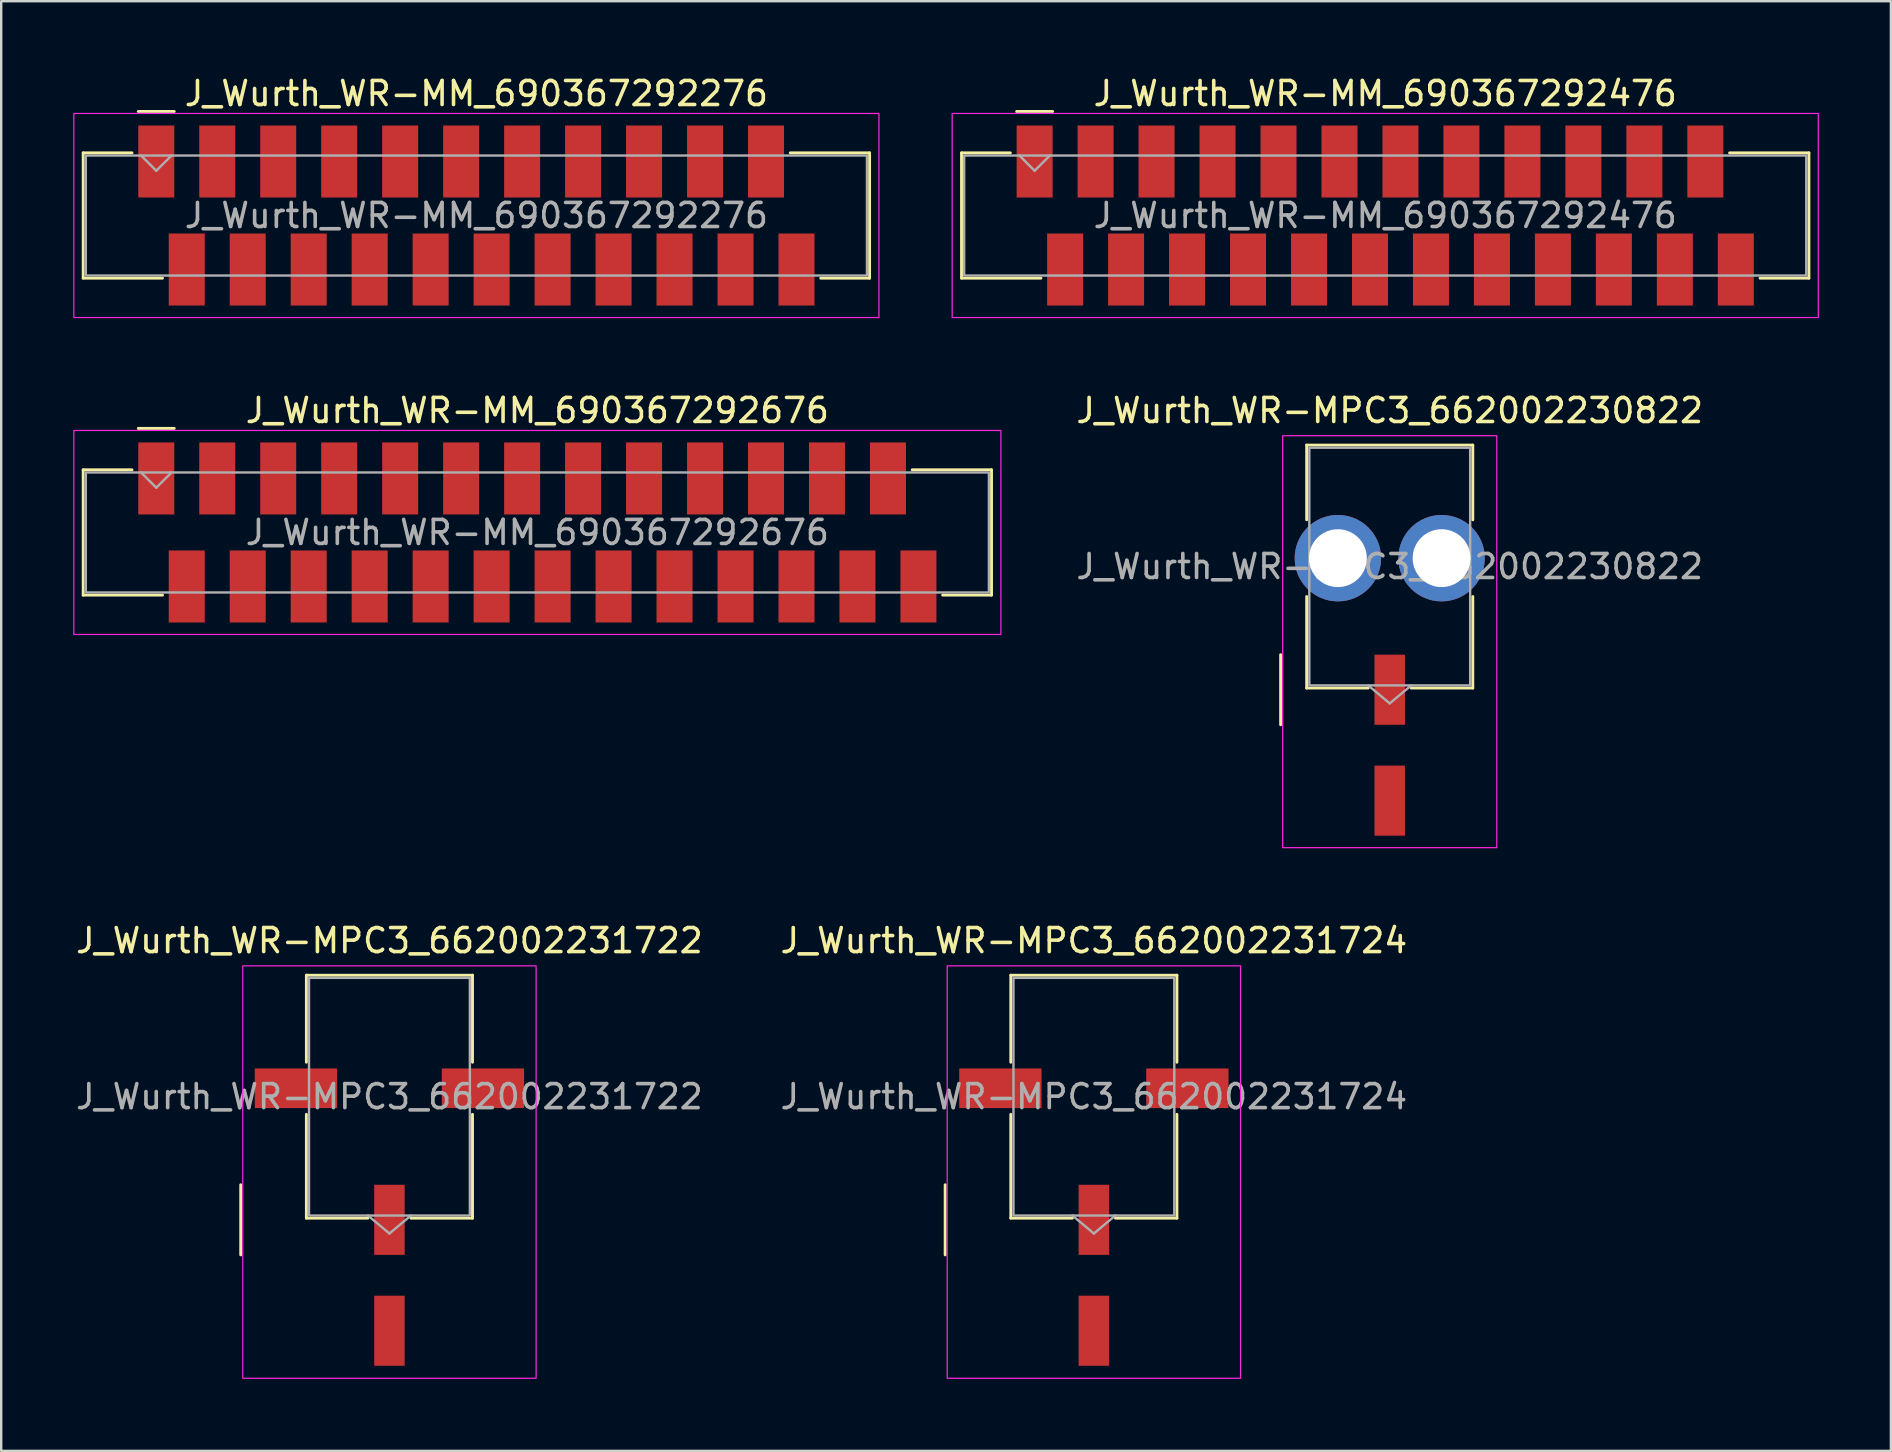
<source format=kicad_pcb>
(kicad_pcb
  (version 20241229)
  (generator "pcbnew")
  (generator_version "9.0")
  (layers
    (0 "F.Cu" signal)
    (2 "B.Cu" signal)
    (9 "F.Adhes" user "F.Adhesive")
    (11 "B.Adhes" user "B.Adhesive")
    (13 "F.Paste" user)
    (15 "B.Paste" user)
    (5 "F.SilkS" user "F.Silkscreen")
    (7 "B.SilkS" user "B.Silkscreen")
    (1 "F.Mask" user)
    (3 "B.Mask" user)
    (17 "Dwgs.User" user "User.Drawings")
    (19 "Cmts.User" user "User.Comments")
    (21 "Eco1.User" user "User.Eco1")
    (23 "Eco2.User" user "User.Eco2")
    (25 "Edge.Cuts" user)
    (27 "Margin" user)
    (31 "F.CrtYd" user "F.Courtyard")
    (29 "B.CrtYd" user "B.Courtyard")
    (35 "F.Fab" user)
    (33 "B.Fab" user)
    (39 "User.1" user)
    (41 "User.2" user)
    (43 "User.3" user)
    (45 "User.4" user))
  (footprint "J_Wurth_WR-MM_690367292476"
    (layer "F.Cu")
    (at 54.655 5.928)
    (property "Reference" "J_Wurth_WR-MM_690367292476" (at 0 -5.08 0) (unlocked yes) (layer "F.SilkS") (effects (font (size 1 1) (thickness 0.15))))
    (attr smd)
    (fp_line (start -17.65 -2.61) (end -15.615 -2.61) (stroke (width 0.12) (type solid)) (layer "F.SilkS"))
    (fp_line (start -17.65 2.61) (end -17.65 -2.61) (stroke (width 0.12) (type solid)) (layer "F.SilkS"))
    (fp_line (start -14.345 2.61) (end -17.65 2.61) (stroke (width 0.12) (type solid)) (layer "F.SilkS"))
    (fp_line (start -13.855 -4.335) (end -15.355 -4.335) (stroke (width 0.12) (type solid)) (layer "F.SilkS"))
    (fp_line (start 17.65 -2.61) (end 14.345 -2.61) (stroke (width 0.12) (type solid)) (layer "F.SilkS"))
    (fp_line (start 17.65 2.61) (end 15.615 2.61) (stroke (width 0.12) (type solid)) (layer "F.SilkS"))
    (fp_line (start 17.65 2.61) (end 17.65 -2.61) (stroke (width 0.12) (type solid)) (layer "F.SilkS"))
    (fp_rect (start -18.04 -4.25) (end 18.04 4.25) (stroke (width 0.05) (type solid)) (fill no) (layer "F.CrtYd"))
    (fp_line (start -15.24 -2.5) (end -14.605 -1.865) (stroke (width 0.1) (type default)) (layer "F.Fab"))
    (fp_line (start -14.605 -1.865) (end -13.97 -2.5) (stroke (width 0.1) (type default)) (layer "F.Fab"))
    (fp_rect (start -17.54 -2.5) (end 17.54 2.5) (stroke (width 0.1) (type solid)) (fill no) (layer "F.Fab"))
    (fp_text user "${REFERENCE}" (at 0 0 0) (unlocked yes) (layer "F.Fab") (effects (font (size 1 1) (thickness 0.15))))
    (pad "1" smd rect (at -14.605 -2.25 180) (size 1.5 3) (layers "F.Cu" "F.Mask" "F.Paste"))
    (pad "2" smd rect (at -13.335 2.25 180) (size 1.5 3) (layers "F.Cu" "F.Mask" "F.Paste"))
    (pad "3" smd rect (at -12.065 -2.25 180) (size 1.5 3) (layers "F.Cu" "F.Mask" "F.Paste"))
    (pad "4" smd rect (at -10.795 2.25 180) (size 1.5 3) (layers "F.Cu" "F.Mask" "F.Paste"))
    (pad "5" smd rect (at -9.525 -2.25 180) (size 1.5 3) (layers "F.Cu" "F.Mask" "F.Paste"))
    (pad "6" smd rect (at -8.255 2.25 180) (size 1.5 3) (layers "F.Cu" "F.Mask" "F.Paste"))
    (pad "7" smd rect (at -6.985 -2.25 180) (size 1.5 3) (layers "F.Cu" "F.Mask" "F.Paste"))
    (pad "8" smd rect (at -5.715 2.25 180) (size 1.5 3) (layers "F.Cu" "F.Mask" "F.Paste"))
    (pad "9" smd rect (at -4.445 -2.25 180) (size 1.5 3) (layers "F.Cu" "F.Mask" "F.Paste"))
    (pad "10" smd rect (at -3.175 2.25 180) (size 1.5 3) (layers "F.Cu" "F.Mask" "F.Paste"))
    (pad "11" smd rect (at -1.905 -2.25 180) (size 1.5 3) (layers "F.Cu" "F.Mask" "F.Paste"))
    (pad "12" smd rect (at -0.635 2.25 180) (size 1.5 3) (layers "F.Cu" "F.Mask" "F.Paste"))
    (pad "13" smd rect (at 0.635 -2.25 180) (size 1.5 3) (layers "F.Cu" "F.Mask" "F.Paste"))
    (pad "14" smd rect (at 1.905 2.25 180) (size 1.5 3) (layers "F.Cu" "F.Mask" "F.Paste"))
    (pad "15" smd rect (at 3.175 -2.25 180) (size 1.5 3) (layers "F.Cu" "F.Mask" "F.Paste"))
    (pad "16" smd rect (at 4.445 2.25 180) (size 1.5 3) (layers "F.Cu" "F.Mask" "F.Paste"))
    (pad "17" smd rect (at 5.715 -2.25 180) (size 1.5 3) (layers "F.Cu" "F.Mask" "F.Paste"))
    (pad "18" smd rect (at 6.985 2.25 180) (size 1.5 3) (layers "F.Cu" "F.Mask" "F.Paste"))
    (pad "19" smd rect (at 8.255 -2.25 180) (size 1.5 3) (layers "F.Cu" "F.Mask" "F.Paste"))
    (pad "20" smd rect (at 9.525 2.25 180) (size 1.5 3) (layers "F.Cu" "F.Mask" "F.Paste"))
    (pad "21" smd rect (at 10.795 -2.25 180) (size 1.5 3) (layers "F.Cu" "F.Mask" "F.Paste"))
    (pad "22" smd rect (at 12.065 2.25 180) (size 1.5 3) (layers "F.Cu" "F.Mask" "F.Paste"))
    (pad "23" smd rect (at 13.335 -2.25 180) (size 1.5 3) (layers "F.Cu" "F.Mask" "F.Paste"))
    (pad "24" smd rect (at 14.605 2.25 180) (size 1.5 3) (layers "F.Cu" "F.Mask" "F.Paste")))
  (footprint "J_Wurth_WR-MPC3_662002231722"
    (layer "F.Cu")
    (at 13.173 42.635)
    (property "Reference" "J_Wurth_WR-MPC3_662002231722" (at 0 -6.5 0) (unlocked yes) (layer "F.SilkS") (effects (font (size 1 1) (thickness 0.15))))
    (attr smd)
    (fp_line (start -6.195 6.59) (end -6.195 3.67) (stroke (width 0.12) (type solid)) (layer "F.SilkS"))
    (fp_line (start -3.46 -5.06) (end -3.46 -1.435) (stroke (width 0.12) (type solid)) (layer "F.SilkS"))
    (fp_line (start -3.46 -5.06) (end 3.46 -5.06) (stroke (width 0.12) (type default)) (layer "F.SilkS"))
    (fp_line (start -3.46 0.735) (end -3.46 5.06) (stroke (width 0.12) (type solid)) (layer "F.SilkS"))
    (fp_line (start -0.895 5.06) (end -3.46 5.06) (stroke (width 0.12) (type solid)) (layer "F.SilkS"))
    (fp_line (start 3.46 -5.06) (end 3.46 -1.435) (stroke (width 0.12) (type solid)) (layer "F.SilkS"))
    (fp_line (start 3.46 0.735) (end 3.46 5.06) (stroke (width 0.12) (type solid)) (layer "F.SilkS"))
    (fp_line (start 3.46 5.06) (end 0.895 5.06) (stroke (width 0.12) (type solid)) (layer "F.SilkS"))
    (fp_rect (start -6.11 -5.45) (end 6.11 11.73) (stroke (width 0.05) (type solid)) (fill no) (layer "F.CrtYd"))
    (fp_line (start 0 5.7) (end -0.895 4.95) (stroke (width 0.1) (type solid)) (layer "F.Fab"))
    (fp_line (start 0 5.7) (end 0.895 4.95) (stroke (width 0.1) (type solid)) (layer "F.Fab"))
    (fp_rect (start -3.35 -4.95) (end 3.35 4.95) (stroke (width 0.1) (type solid)) (fill no) (layer "F.Fab"))
    (fp_text user "${REFERENCE}" (at 0 0 0) (unlocked yes) (layer "F.Fab") (effects (font (size 1 1) (thickness 0.15))))
    (pad "1" smd rect (at 0 5.13 180) (size 1.27 2.92) (layers "F.Cu" "F.Mask" "F.Paste"))
    (pad "2" smd rect (at 0 9.75 180) (size 1.27 2.92) (layers "F.Cu" "F.Mask" "F.Paste"))
    (pad "MP1" smd rect (at 3.895 -0.35 180) (size 3.43 1.65) (layers "F.Cu" "F.Mask" "F.Paste"))
    (pad "MP2" smd rect (at -3.895 -0.35 180) (size 3.43 1.65) (layers "F.Cu" "F.Mask" "F.Paste")))
  (footprint "J_Wurth_WR-MPC3_662002230822"
    (layer "F.Cu")
    (at 54.843 20.552)
    (property "Reference" "J_Wurth_WR-MPC3_662002230822" (at 0 -6.5 0) (unlocked yes) (layer "F.SilkS") (effects (font (size 1 1) (thickness 0.15))))
    (attr smd)
    (fp_line (start -4.545 6.59) (end -4.545 3.67) (stroke (width 0.12) (type solid)) (layer "F.SilkS"))
    (fp_line (start -3.46 -5.06) (end 3.46 -5.06) (stroke (width 0.12) (type solid)) (layer "F.SilkS"))
    (fp_line (start -3.46 -1.948) (end -3.46 -5.06) (stroke (width 0.12) (type solid)) (layer "F.SilkS"))
    (fp_line (start -3.46 1.248) (end -3.46 5.06) (stroke (width 0.12) (type solid)) (layer "F.SilkS"))
    (fp_line (start -0.895 5.06) (end -3.46 5.06) (stroke (width 0.12) (type solid)) (layer "F.SilkS"))
    (fp_line (start 0.895 5.06) (end 3.46 5.06) (stroke (width 0.12) (type solid)) (layer "F.SilkS"))
    (fp_line (start 3.46 -1.948) (end 3.46 -5.06) (stroke (width 0.12) (type solid)) (layer "F.SilkS"))
    (fp_line (start 3.46 1.248) (end 3.46 5.06) (stroke (width 0.12) (type solid)) (layer "F.SilkS"))
    (fp_rect (start -4.46 -5.45) (end 4.46 11.71) (stroke (width 0.05) (type solid)) (fill no) (layer "F.CrtYd"))
    (fp_line (start 0 5.7) (end -0.895 4.95) (stroke (width 0.1) (type solid)) (layer "F.Fab"))
    (fp_line (start 0 5.7) (end 0.895 4.95) (stroke (width 0.1) (type solid)) (layer "F.Fab"))
    (fp_rect (start -3.35 -4.95) (end 3.35 4.95) (stroke (width 0.1) (type solid)) (fill no) (layer "F.Fab"))
    (fp_text user "${REFERENCE}" (at 0 0 0) (unlocked yes) (layer "F.Fab") (effects (font (size 1 1) (thickness 0.15))))
    (pad "1" smd rect (at 0 5.13 270) (size 2.92 1.27) (layers "F.Cu" "F.Mask" "F.Paste"))
    (pad "2" smd rect (at 0 9.75 270) (size 2.92 1.27) (layers "F.Cu" "F.Mask" "F.Paste"))
    (pad "Z1" thru_hole circle (at 2.16 -0.35 180) (size 3.6 3.6) (drill 2.41) (layers "*.Cu" "*.Mask"))
    (pad "Z2" thru_hole circle (at -2.16 -0.35 180) (size 3.6 3.6) (drill 2.41) (layers "*.Cu" "*.Mask")))
  (footprint "J_Wurth_WR-MPC3_662002231724"
    (layer "F.Cu")
    (at 42.518 42.635)
    (property "Reference" "J_Wurth_WR-MPC3_662002231724" (at 0 -6.5 0) (unlocked yes) (layer "F.SilkS") (effects (font (size 1 1) (thickness 0.15))))
    (attr smd)
    (fp_line (start -6.195 6.59) (end -6.195 3.67) (stroke (width 0.12) (type solid)) (layer "F.SilkS"))
    (fp_line (start -3.46 -5.06) (end -3.46 -1.435) (stroke (width 0.12) (type solid)) (layer "F.SilkS"))
    (fp_line (start -3.46 -5.06) (end 3.46 -5.06) (stroke (width 0.12) (type default)) (layer "F.SilkS"))
    (fp_line (start -3.46 0.735) (end -3.46 5.06) (stroke (width 0.12) (type solid)) (layer "F.SilkS"))
    (fp_line (start -0.895 5.06) (end -3.46 5.06) (stroke (width 0.12) (type solid)) (layer "F.SilkS"))
    (fp_line (start 3.46 -5.06) (end 3.46 -1.435) (stroke (width 0.12) (type solid)) (layer "F.SilkS"))
    (fp_line (start 3.46 0.735) (end 3.46 5.06) (stroke (width 0.12) (type solid)) (layer "F.SilkS"))
    (fp_line (start 3.46 5.06) (end 0.895 5.06) (stroke (width 0.12) (type solid)) (layer "F.SilkS"))
    (fp_rect (start -6.11 -5.45) (end 6.11 11.73) (stroke (width 0.05) (type solid)) (fill no) (layer "F.CrtYd"))
    (fp_line (start 0 5.7) (end -0.895 4.95) (stroke (width 0.1) (type solid)) (layer "F.Fab"))
    (fp_line (start 0 5.7) (end 0.895 4.95) (stroke (width 0.1) (type solid)) (layer "F.Fab"))
    (fp_rect (start -3.35 -4.95) (end 3.35 4.95) (stroke (width 0.1) (type solid)) (fill no) (layer "F.Fab"))
    (fp_text user "${REFERENCE}" (at 0 0 0) (unlocked yes) (layer "F.Fab") (effects (font (size 1 1) (thickness 0.15))))
    (pad "1" smd rect (at 0 5.13 180) (size 1.27 2.92) (layers "F.Cu" "F.Mask" "F.Paste"))
    (pad "2" smd rect (at 0 9.75 180) (size 1.27 2.92) (layers "F.Cu" "F.Mask" "F.Paste"))
    (pad "MP1" smd rect (at 3.895 -0.35 180) (size 3.43 1.65) (layers "F.Cu" "F.Mask" "F.Paste"))
    (pad "MP2" smd rect (at -3.895 -0.35 180) (size 3.43 1.65) (layers "F.Cu" "F.Mask" "F.Paste")))
  (footprint "J_Wurth_WR-MM_690367292676"
    (layer "F.Cu")
    (at 19.335 19.131)
    (property "Reference" "J_Wurth_WR-MM_690367292676" (at 0 -5.08 0) (unlocked yes) (layer "F.SilkS") (effects (font (size 1 1) (thickness 0.15))))
    (attr smd)
    (fp_line (start -18.92 -2.61) (end -16.885 -2.61) (stroke (width 0.12) (type solid)) (layer "F.SilkS"))
    (fp_line (start -18.92 2.61) (end -18.92 -2.61) (stroke (width 0.12) (type solid)) (layer "F.SilkS"))
    (fp_line (start -15.615 2.61) (end -18.92 2.61) (stroke (width 0.12) (type solid)) (layer "F.SilkS"))
    (fp_line (start -15.125 -4.335) (end -16.625 -4.335) (stroke (width 0.12) (type solid)) (layer "F.SilkS"))
    (fp_line (start 18.92 -2.61) (end 15.615 -2.61) (stroke (width 0.12) (type solid)) (layer "F.SilkS"))
    (fp_line (start 18.92 2.61) (end 16.885 2.61) (stroke (width 0.12) (type solid)) (layer "F.SilkS"))
    (fp_line (start 18.92 2.61) (end 18.92 -2.61) (stroke (width 0.12) (type solid)) (layer "F.SilkS"))
    (fp_rect (start -19.31 -4.25) (end 19.31 4.25) (stroke (width 0.05) (type solid)) (fill no) (layer "F.CrtYd"))
    (fp_line (start -16.51 -2.5) (end -15.875 -1.865) (stroke (width 0.1) (type default)) (layer "F.Fab"))
    (fp_line (start -15.875 -1.865) (end -15.24 -2.5) (stroke (width 0.1) (type default)) (layer "F.Fab"))
    (fp_rect (start -18.81 -2.5) (end 18.81 2.5) (stroke (width 0.1) (type solid)) (fill no) (layer "F.Fab"))
    (fp_text user "${REFERENCE}" (at 0 0 0) (unlocked yes) (layer "F.Fab") (effects (font (size 1 1) (thickness 0.15))))
    (pad "1" smd rect (at -15.875 -2.25 180) (size 1.5 3) (layers "F.Cu" "F.Mask" "F.Paste"))
    (pad "2" smd rect (at -14.605 2.25 180) (size 1.5 3) (layers "F.Cu" "F.Mask" "F.Paste"))
    (pad "3" smd rect (at -13.335 -2.25 180) (size 1.5 3) (layers "F.Cu" "F.Mask" "F.Paste"))
    (pad "4" smd rect (at -12.065 2.25 180) (size 1.5 3) (layers "F.Cu" "F.Mask" "F.Paste"))
    (pad "5" smd rect (at -10.795 -2.25 180) (size 1.5 3) (layers "F.Cu" "F.Mask" "F.Paste"))
    (pad "6" smd rect (at -9.525 2.25 180) (size 1.5 3) (layers "F.Cu" "F.Mask" "F.Paste"))
    (pad "7" smd rect (at -8.255 -2.25 180) (size 1.5 3) (layers "F.Cu" "F.Mask" "F.Paste"))
    (pad "8" smd rect (at -6.985 2.25 180) (size 1.5 3) (layers "F.Cu" "F.Mask" "F.Paste"))
    (pad "9" smd rect (at -5.715 -2.25 180) (size 1.5 3) (layers "F.Cu" "F.Mask" "F.Paste"))
    (pad "10" smd rect (at -4.445 2.25 180) (size 1.5 3) (layers "F.Cu" "F.Mask" "F.Paste"))
    (pad "11" smd rect (at -3.175 -2.25 180) (size 1.5 3) (layers "F.Cu" "F.Mask" "F.Paste"))
    (pad "12" smd rect (at -1.905 2.25 180) (size 1.5 3) (layers "F.Cu" "F.Mask" "F.Paste"))
    (pad "13" smd rect (at -0.635 -2.25 180) (size 1.5 3) (layers "F.Cu" "F.Mask" "F.Paste"))
    (pad "14" smd rect (at 0.635 2.25 180) (size 1.5 3) (layers "F.Cu" "F.Mask" "F.Paste"))
    (pad "15" smd rect (at 1.905 -2.25 180) (size 1.5 3) (layers "F.Cu" "F.Mask" "F.Paste"))
    (pad "16" smd rect (at 3.175 2.25 180) (size 1.5 3) (layers "F.Cu" "F.Mask" "F.Paste"))
    (pad "17" smd rect (at 4.445 -2.25 180) (size 1.5 3) (layers "F.Cu" "F.Mask" "F.Paste"))
    (pad "18" smd rect (at 5.715 2.25 180) (size 1.5 3) (layers "F.Cu" "F.Mask" "F.Paste"))
    (pad "19" smd rect (at 6.985 -2.25 180) (size 1.5 3) (layers "F.Cu" "F.Mask" "F.Paste"))
    (pad "20" smd rect (at 8.255 2.25 180) (size 1.5 3) (layers "F.Cu" "F.Mask" "F.Paste"))
    (pad "21" smd rect (at 9.525 -2.25 180) (size 1.5 3) (layers "F.Cu" "F.Mask" "F.Paste"))
    (pad "22" smd rect (at 10.795 2.25 180) (size 1.5 3) (layers "F.Cu" "F.Mask" "F.Paste"))
    (pad "23" smd rect (at 12.065 -2.25 180) (size 1.5 3) (layers "F.Cu" "F.Mask" "F.Paste"))
    (pad "24" smd rect (at 13.335 2.25 180) (size 1.5 3) (layers "F.Cu" "F.Mask" "F.Paste"))
    (pad "25" smd rect (at 14.605 -2.25 180) (size 1.5 3) (layers "F.Cu" "F.Mask" "F.Paste"))
    (pad "26" smd rect (at 15.875 2.25 180) (size 1.5 3) (layers "F.Cu" "F.Mask" "F.Paste")))
  (footprint "J_Wurth_WR-MM_690367292276"
    (layer "F.Cu")
    (at 16.795 5.928)
    (property "Reference" "J_Wurth_WR-MM_690367292276" (at 0 -5.08 0) (unlocked yes) (layer "F.SilkS") (effects (font (size 1 1) (thickness 0.15))))
    (attr smd)
    (fp_line (start -16.38 -2.61) (end -14.345 -2.61) (stroke (width 0.12) (type solid)) (layer "F.SilkS"))
    (fp_line (start -16.38 2.61) (end -16.38 -2.61) (stroke (width 0.12) (type solid)) (layer "F.SilkS"))
    (fp_line (start -13.075 2.61) (end -16.38 2.61) (stroke (width 0.12) (type solid)) (layer "F.SilkS"))
    (fp_line (start -12.585 -4.335) (end -14.085 -4.335) (stroke (width 0.12) (type solid)) (layer "F.SilkS"))
    (fp_line (start 16.38 -2.61) (end 13.075 -2.61) (stroke (width 0.12) (type solid)) (layer "F.SilkS"))
    (fp_line (start 16.38 2.61) (end 14.345 2.61) (stroke (width 0.12) (type solid)) (layer "F.SilkS"))
    (fp_line (start 16.38 2.61) (end 16.38 -2.61) (stroke (width 0.12) (type solid)) (layer "F.SilkS"))
    (fp_rect (start -16.77 -4.25) (end 16.77 4.25) (stroke (width 0.05) (type solid)) (fill no) (layer "F.CrtYd"))
    (fp_line (start -13.97 -2.5) (end -13.335 -1.865) (stroke (width 0.1) (type default)) (layer "F.Fab"))
    (fp_line (start -13.335 -1.865) (end -12.7 -2.5) (stroke (width 0.1) (type default)) (layer "F.Fab"))
    (fp_rect (start -16.27 -2.5) (end 16.27 2.5) (stroke (width 0.1) (type solid)) (fill no) (layer "F.Fab"))
    (fp_text user "${REFERENCE}" (at 0 0 0) (unlocked yes) (layer "F.Fab") (effects (font (size 1 1) (thickness 0.15))))
    (pad "1" smd rect (at -13.335 -2.25 180) (size 1.5 3) (layers "F.Cu" "F.Mask" "F.Paste"))
    (pad "2" smd rect (at -12.065 2.25 180) (size 1.5 3) (layers "F.Cu" "F.Mask" "F.Paste"))
    (pad "3" smd rect (at -10.795 -2.25 180) (size 1.5 3) (layers "F.Cu" "F.Mask" "F.Paste"))
    (pad "4" smd rect (at -9.525 2.25 180) (size 1.5 3) (layers "F.Cu" "F.Mask" "F.Paste"))
    (pad "5" smd rect (at -8.255 -2.25 180) (size 1.5 3) (layers "F.Cu" "F.Mask" "F.Paste"))
    (pad "6" smd rect (at -6.985 2.25 180) (size 1.5 3) (layers "F.Cu" "F.Mask" "F.Paste"))
    (pad "7" smd rect (at -5.715 -2.25 180) (size 1.5 3) (layers "F.Cu" "F.Mask" "F.Paste"))
    (pad "8" smd rect (at -4.445 2.25 180) (size 1.5 3) (layers "F.Cu" "F.Mask" "F.Paste"))
    (pad "9" smd rect (at -3.175 -2.25 180) (size 1.5 3) (layers "F.Cu" "F.Mask" "F.Paste"))
    (pad "10" smd rect (at -1.905 2.25 180) (size 1.5 3) (layers "F.Cu" "F.Mask" "F.Paste"))
    (pad "11" smd rect (at -0.635 -2.25 180) (size 1.5 3) (layers "F.Cu" "F.Mask" "F.Paste"))
    (pad "12" smd rect (at 0.635 2.25 180) (size 1.5 3) (layers "F.Cu" "F.Mask" "F.Paste"))
    (pad "13" smd rect (at 1.905 -2.25 180) (size 1.5 3) (layers "F.Cu" "F.Mask" "F.Paste"))
    (pad "14" smd rect (at 3.175 2.25 180) (size 1.5 3) (layers "F.Cu" "F.Mask" "F.Paste"))
    (pad "15" smd rect (at 4.445 -2.25 180) (size 1.5 3) (layers "F.Cu" "F.Mask" "F.Paste"))
    (pad "16" smd rect (at 5.715 2.25 180) (size 1.5 3) (layers "F.Cu" "F.Mask" "F.Paste"))
    (pad "17" smd rect (at 6.985 -2.25 180) (size 1.5 3) (layers "F.Cu" "F.Mask" "F.Paste"))
    (pad "18" smd rect (at 8.255 2.25 180) (size 1.5 3) (layers "F.Cu" "F.Mask" "F.Paste"))
    (pad "19" smd rect (at 9.525 -2.25 180) (size 1.5 3) (layers "F.Cu" "F.Mask" "F.Paste"))
    (pad "20" smd rect (at 10.795 2.25 180) (size 1.5 3) (layers "F.Cu" "F.Mask" "F.Paste"))
    (pad "21" smd rect (at 12.065 -2.25 180) (size 1.5 3) (layers "F.Cu" "F.Mask" "F.Paste"))
    (pad "22" smd rect (at 13.335 2.25 180) (size 1.5 3) (layers "F.Cu" "F.Mask" "F.Paste")))
  (gr_rect
    (start -3 -3)
    (end 75.72 57.39)
    (stroke (width 0.1) (type default))
    (fill no)
    (layer "Edge.Cuts")))
</source>
